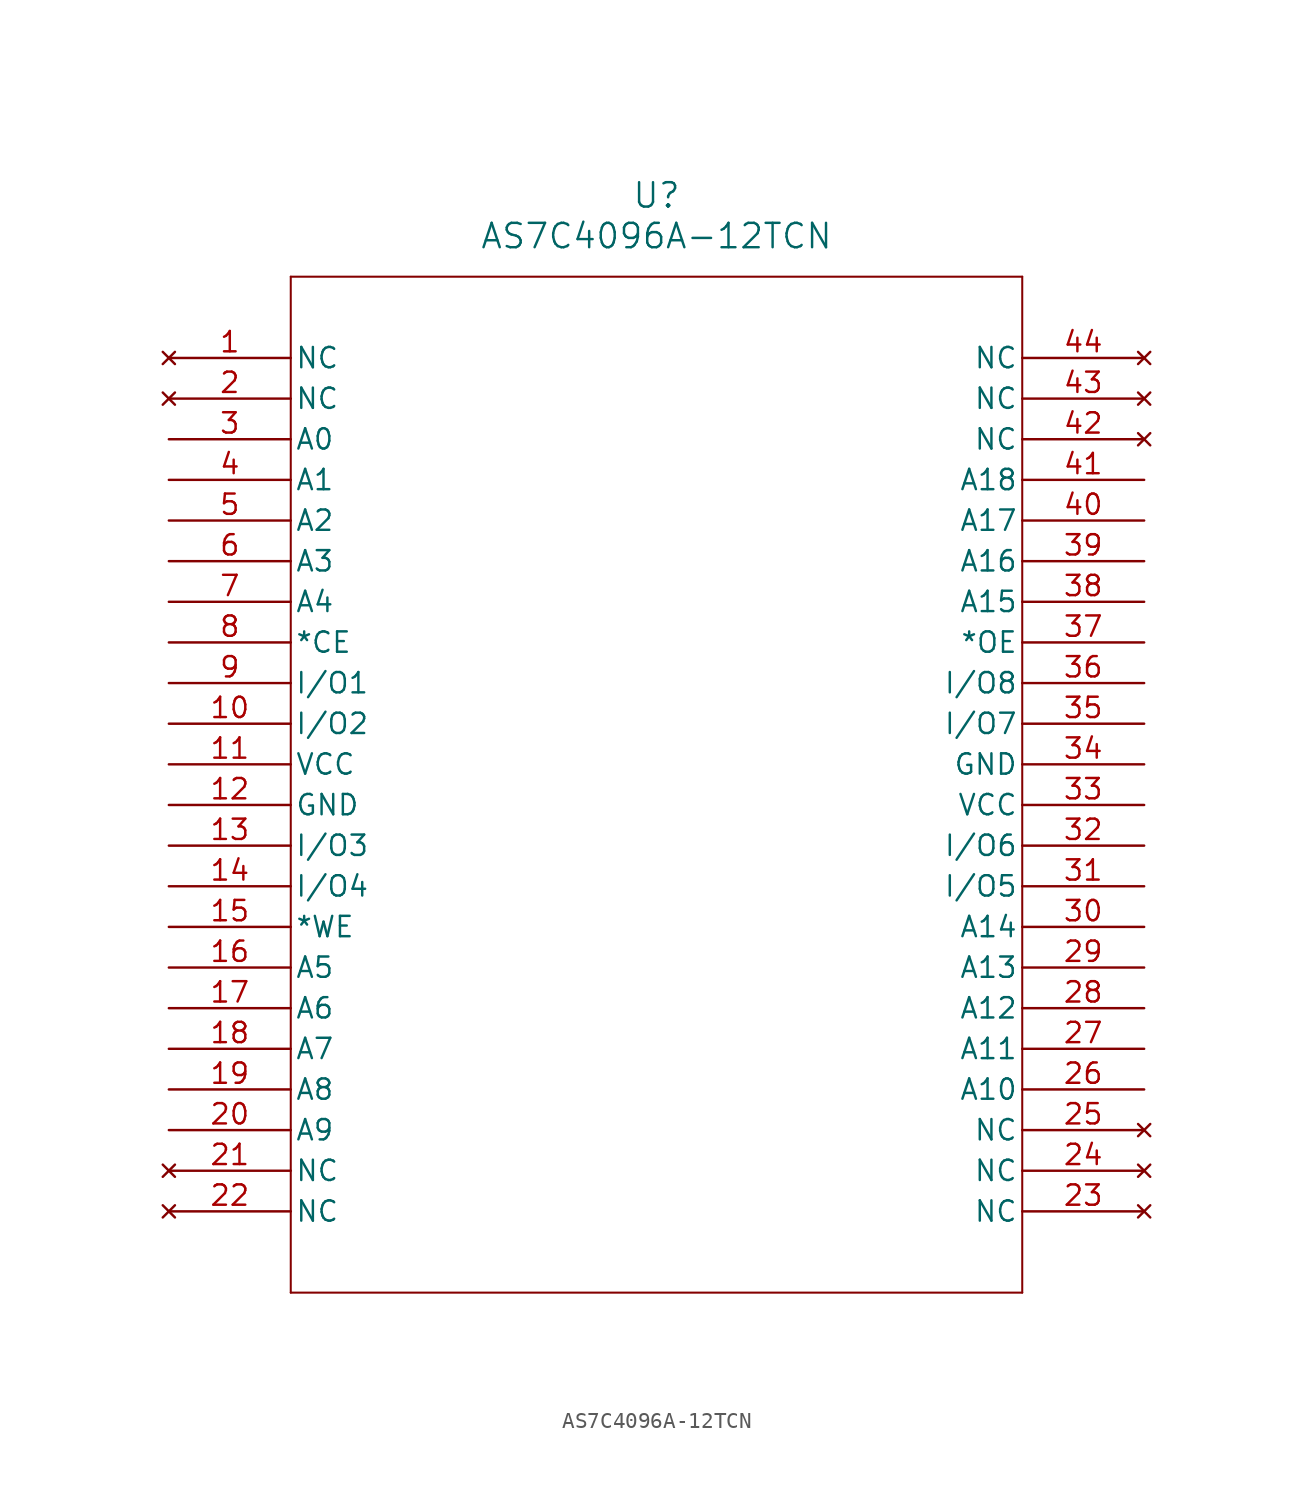
<source format=kicad_sym>
(kicad_symbol_lib
  (version 20211014)
  (generator kicad_symbol_editor)
  (symbol "AS7C4096A-12TCN"
    (pin_names
      (offset 0.254))
    (property "Reference" "U"
      (at 30.48 10.16 0)
      (effects (font (size 1.524 1.524))))
    (property "Value" "AS7C4096A-12TCN"
      (at 30.48 7.62 0)
      (effects (font (size 1.524 1.524))))
    (symbol "AS7C4096A-12TCN_0_1"
      (polyline (pts (xy 7.62 5.08) (xy 7.62 -58.42)) (stroke (width 0.127) (type default) (color 0 0 0 0)) (fill (type none)))
      (polyline (pts (xy 7.62 -58.42) (xy 53.34 -58.42)) (stroke (width 0.127) (type default) (color 0 0 0 0)) (fill (type none)))
      (polyline (pts (xy 53.34 -58.42) (xy 53.34 5.08)) (stroke (width 0.127) (type default) (color 0 0 0 0)) (fill (type none)))
      (polyline (pts (xy 53.34 5.08) (xy 7.62 5.08)) (stroke (width 0.127) (type default) (color 0 0 0 0)) (fill (type none)))
      (pin no_connect line (at 0 0 0) (length 7.62) (name "NC" (effects (font (size 1.27 1.27)))) (number "1" (effects (font (size 1.27 1.27)))))
      (pin no_connect line (at 0 -2.54 0) (length 7.62) (name "NC" (effects (font (size 1.27 1.27)))) (number "2" (effects (font (size 1.27 1.27)))))
      (pin input line (at 0 -5.08 0) (length 7.62) (name "A0" (effects (font (size 1.27 1.27)))) (number "3" (effects (font (size 1.27 1.27)))))
      (pin input line (at 0 -7.62 0) (length 7.62) (name "A1" (effects (font (size 1.27 1.27)))) (number "4" (effects (font (size 1.27 1.27)))))
      (pin input line (at 0 -10.16 0) (length 7.62) (name "A2" (effects (font (size 1.27 1.27)))) (number "5" (effects (font (size 1.27 1.27)))))
      (pin input line (at 0 -12.7 0) (length 7.62) (name "A3" (effects (font (size 1.27 1.27)))) (number "6" (effects (font (size 1.27 1.27)))))
      (pin input line (at 0 -15.24 0) (length 7.62) (name "A4" (effects (font (size 1.27 1.27)))) (number "7" (effects (font (size 1.27 1.27)))))
      (pin unspecified line (at 0 -17.78 0) (length 7.62) (name "*CE" (effects (font (size 1.27 1.27)))) (number "8" (effects (font (size 1.27 1.27)))))
      (pin bidirectional line (at 0 -20.32 0) (length 7.62) (name "I/O1" (effects (font (size 1.27 1.27)))) (number "9" (effects (font (size 1.27 1.27)))))
      (pin bidirectional line (at 0 -22.86 0) (length 7.62) (name "I/O2" (effects (font (size 1.27 1.27)))) (number "10" (effects (font (size 1.27 1.27)))))
      (pin power_in line (at 0 -25.4 0) (length 7.62) (name "VCC" (effects (font (size 1.27 1.27)))) (number "11" (effects (font (size 1.27 1.27)))))
      (pin power_in line (at 0 -27.94 0) (length 7.62) (name "GND" (effects (font (size 1.27 1.27)))) (number "12" (effects (font (size 1.27 1.27)))))
      (pin bidirectional line (at 0 -30.48 0) (length 7.62) (name "I/O3" (effects (font (size 1.27 1.27)))) (number "13" (effects (font (size 1.27 1.27)))))
      (pin bidirectional line (at 0 -33.02 0) (length 7.62) (name "I/O4" (effects (font (size 1.27 1.27)))) (number "14" (effects (font (size 1.27 1.27)))))
      (pin unspecified line (at 0 -35.56 0) (length 7.62) (name "*WE" (effects (font (size 1.27 1.27)))) (number "15" (effects (font (size 1.27 1.27)))))
      (pin input line (at 0 -38.1 0) (length 7.62) (name "A5" (effects (font (size 1.27 1.27)))) (number "16" (effects (font (size 1.27 1.27)))))
      (pin input line (at 0 -40.64 0) (length 7.62) (name "A6" (effects (font (size 1.27 1.27)))) (number "17" (effects (font (size 1.27 1.27)))))
      (pin input line (at 0 -43.18 0) (length 7.62) (name "A7" (effects (font (size 1.27 1.27)))) (number "18" (effects (font (size 1.27 1.27)))))
      (pin input line (at 0 -45.72 0) (length 7.62) (name "A8" (effects (font (size 1.27 1.27)))) (number "19" (effects (font (size 1.27 1.27)))))
      (pin input line (at 0 -48.26 0) (length 7.62) (name "A9" (effects (font (size 1.27 1.27)))) (number "20" (effects (font (size 1.27 1.27)))))
      (pin no_connect line (at 0 -50.8 0) (length 7.62) (name "NC" (effects (font (size 1.27 1.27)))) (number "21" (effects (font (size 1.27 1.27)))))
      (pin no_connect line (at 0 -53.34 0) (length 7.62) (name "NC" (effects (font (size 1.27 1.27)))) (number "22" (effects (font (size 1.27 1.27)))))
      (pin no_connect line (at 60.96 -53.34 180) (length 7.62) (name "NC" (effects (font (size 1.27 1.27)))) (number "23" (effects (font (size 1.27 1.27)))))
      (pin no_connect line (at 60.96 -50.8 180) (length 7.62) (name "NC" (effects (font (size 1.27 1.27)))) (number "24" (effects (font (size 1.27 1.27)))))
      (pin no_connect line (at 60.96 -48.26 180) (length 7.62) (name "NC" (effects (font (size 1.27 1.27)))) (number "25" (effects (font (size 1.27 1.27)))))
      (pin input line (at 60.96 -45.72 180) (length 7.62) (name "A10" (effects (font (size 1.27 1.27)))) (number "26" (effects (font (size 1.27 1.27)))))
      (pin input line (at 60.96 -43.18 180) (length 7.62) (name "A11" (effects (font (size 1.27 1.27)))) (number "27" (effects (font (size 1.27 1.27)))))
      (pin input line (at 60.96 -40.64 180) (length 7.62) (name "A12" (effects (font (size 1.27 1.27)))) (number "28" (effects (font (size 1.27 1.27)))))
      (pin input line (at 60.96 -38.1 180) (length 7.62) (name "A13" (effects (font (size 1.27 1.27)))) (number "29" (effects (font (size 1.27 1.27)))))
      (pin input line (at 60.96 -35.56 180) (length 7.62) (name "A14" (effects (font (size 1.27 1.27)))) (number "30" (effects (font (size 1.27 1.27)))))
      (pin bidirectional line (at 60.96 -33.02 180) (length 7.62) (name "I/O5" (effects (font (size 1.27 1.27)))) (number "31" (effects (font (size 1.27 1.27)))))
      (pin bidirectional line (at 60.96 -30.48 180) (length 7.62) (name "I/O6" (effects (font (size 1.27 1.27)))) (number "32" (effects (font (size 1.27 1.27)))))
      (pin power_in line (at 60.96 -27.94 180) (length 7.62) (name "VCC" (effects (font (size 1.27 1.27)))) (number "33" (effects (font (size 1.27 1.27)))))
      (pin power_in line (at 60.96 -25.4 180) (length 7.62) (name "GND" (effects (font (size 1.27 1.27)))) (number "34" (effects (font (size 1.27 1.27)))))
      (pin bidirectional line (at 60.96 -22.86 180) (length 7.62) (name "I/O7" (effects (font (size 1.27 1.27)))) (number "35" (effects (font (size 1.27 1.27)))))
      (pin bidirectional line (at 60.96 -20.32 180) (length 7.62) (name "I/O8" (effects (font (size 1.27 1.27)))) (number "36" (effects (font (size 1.27 1.27)))))
      (pin bidirectional line (at 60.96 -17.78 180) (length 7.62) (name "*OE" (effects (font (size 1.27 1.27)))) (number "37" (effects (font (size 1.27 1.27)))))
      (pin input line (at 60.96 -15.24 180) (length 7.62) (name "A15" (effects (font (size 1.27 1.27)))) (number "38" (effects (font (size 1.27 1.27)))))
      (pin input line (at 60.96 -12.7 180) (length 7.62) (name "A16" (effects (font (size 1.27 1.27)))) (number "39" (effects (font (size 1.27 1.27)))))
      (pin input line (at 60.96 -10.16 180) (length 7.62) (name "A17" (effects (font (size 1.27 1.27)))) (number "40" (effects (font (size 1.27 1.27)))))
      (pin input line (at 60.96 -7.62 180) (length 7.62) (name "A18" (effects (font (size 1.27 1.27)))) (number "41" (effects (font (size 1.27 1.27)))))
      (pin no_connect line (at 60.96 -5.08 180) (length 7.62) (name "NC" (effects (font (size 1.27 1.27)))) (number "42" (effects (font (size 1.27 1.27)))))
      (pin no_connect line (at 60.96 -2.54 180) (length 7.62) (name "NC" (effects (font (size 1.27 1.27)))) (number "43" (effects (font (size 1.27 1.27)))))
      (pin no_connect line (at 60.96 0 180) (length 7.62) (name "NC" (effects (font (size 1.27 1.27)))) (number "44" (effects (font (size 1.27 1.27))))))))
</source>
